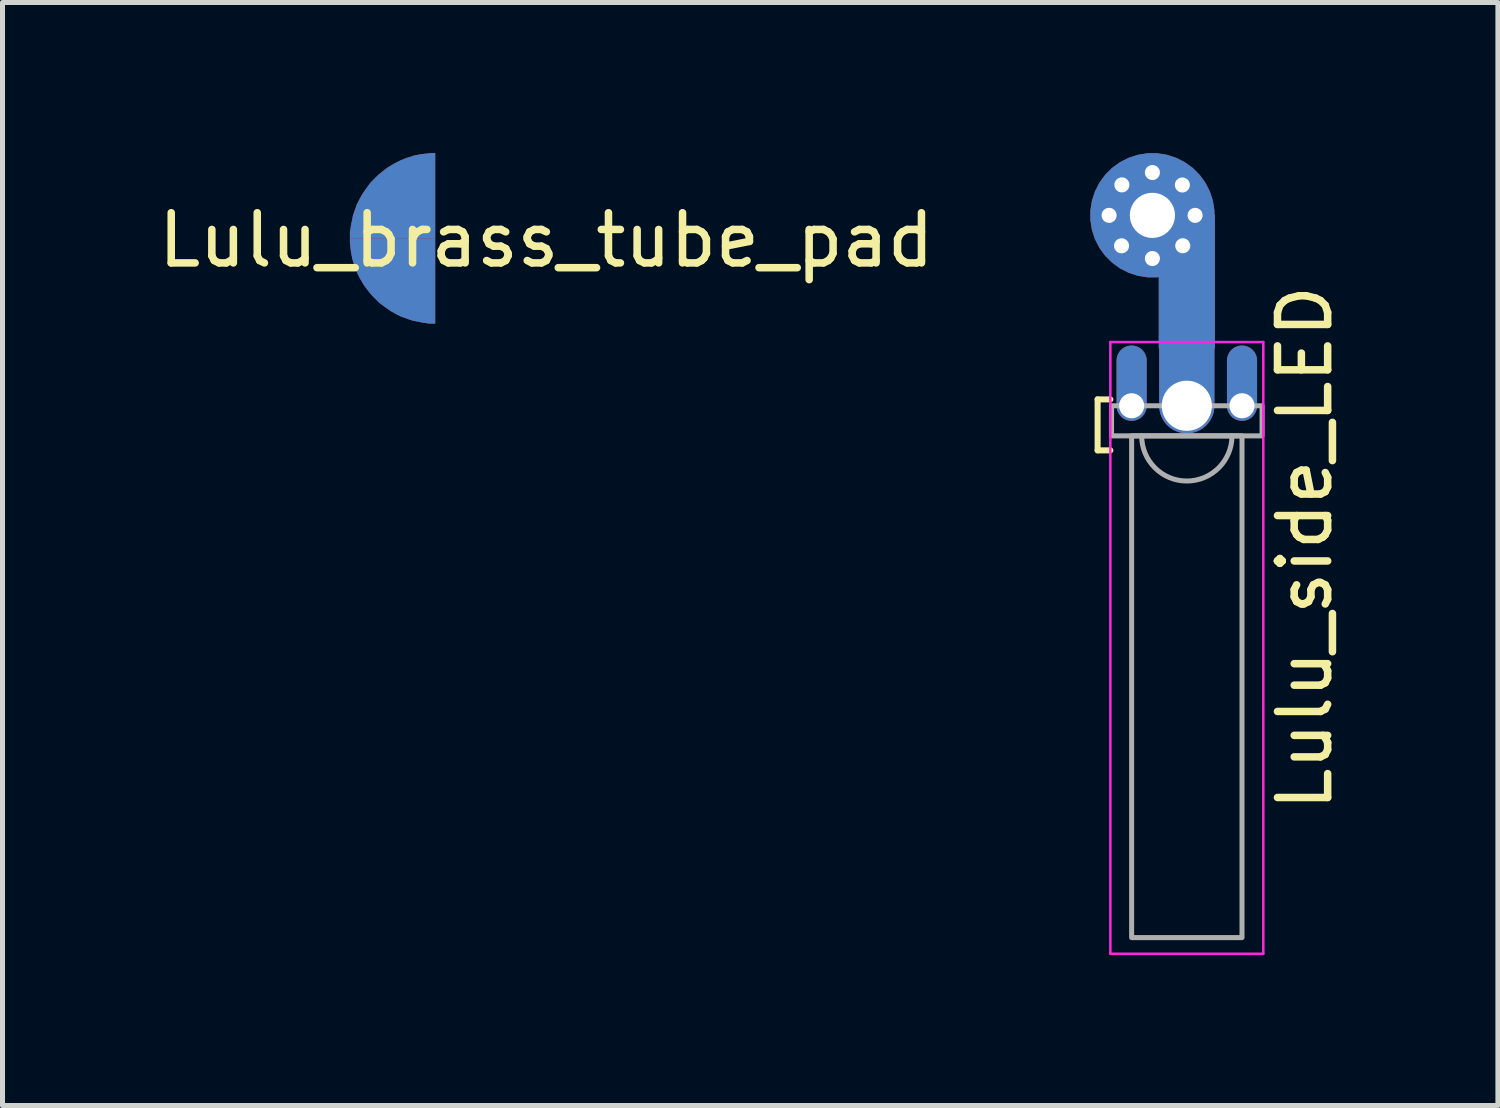
<source format=kicad_pcb>
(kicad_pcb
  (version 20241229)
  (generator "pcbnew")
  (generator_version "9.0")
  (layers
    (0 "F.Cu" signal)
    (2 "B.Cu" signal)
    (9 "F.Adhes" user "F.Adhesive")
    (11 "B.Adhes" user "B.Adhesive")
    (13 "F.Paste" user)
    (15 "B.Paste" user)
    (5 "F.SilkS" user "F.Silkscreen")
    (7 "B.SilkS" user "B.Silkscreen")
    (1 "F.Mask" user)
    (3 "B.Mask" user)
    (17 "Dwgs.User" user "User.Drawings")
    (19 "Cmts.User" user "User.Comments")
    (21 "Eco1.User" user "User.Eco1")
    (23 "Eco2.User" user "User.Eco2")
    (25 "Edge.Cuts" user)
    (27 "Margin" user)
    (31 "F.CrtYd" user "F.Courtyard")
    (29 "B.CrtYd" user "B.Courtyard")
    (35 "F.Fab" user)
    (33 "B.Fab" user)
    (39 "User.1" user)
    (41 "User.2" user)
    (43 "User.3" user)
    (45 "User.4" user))
  (footprint "Lulu_side_LED"
    (layer "F.Cu")
    (at 20.604 5.037)
    (property "Reference" "Lulu_side_LED" (at 2.352 2.831 90) (layer "F.SilkS") (effects (font (size 1 1) (thickness 0.15))))
    (attr smd)
    (fp_line (start -1.778 -0.127) (end -1.524 -0.127) (stroke (width 0.12) (type solid)) (layer "F.SilkS"))
    (fp_line (start -1.778 0.889) (end -1.778 -0.127) (stroke (width 0.12) (type solid)) (layer "F.SilkS"))
    (fp_line (start -1.524 0.889) (end -1.778 0.889) (stroke (width 0.12) (type solid)) (layer "F.SilkS"))
    (fp_line (start -1.524 -1.27) (end 1.524 -1.27) (stroke (width 0.05) (type solid)) (layer "F.CrtYd"))
    (fp_line (start -1.524 10.922) (end -1.524 -1.27) (stroke (width 0.05) (type solid)) (layer "F.CrtYd"))
    (fp_line (start 1.524 -1.27) (end 1.524 10.922) (stroke (width 0.05) (type solid)) (layer "F.CrtYd"))
    (fp_line (start 1.524 10.922) (end -1.524 10.922) (stroke (width 0.05) (type solid)) (layer "F.CrtYd"))
    (fp_arc (start 0.9 0.6) (mid 0 1.5) (end -0.9 0.6) (stroke (width 0.1) (type solid)) (layer "F.Fab"))
    (fp_poly (pts (xy -1.5 0) (xy 1.5 0) (xy 1.5 0.6) (xy -1.5 0.6)) (stroke (width 0.1) (type solid)) (fill no) (layer "F.Fab"))
    (fp_poly (pts (xy -1.1 0.6) (xy 1.1 0.6) (xy 1.1 10.6) (xy -1.1 10.6)) (stroke (width 0.1) (type solid)) (fill no) (layer "F.Fab"))
    (pad "" smd custom (at -0.686 -3.797) (size 2.48 2.48) (layers "B.Cu" "B.Mask") (options (anchor circle)) (primitives (gr_poly (pts (xy 1.245 2.652) (xy 1.245 -0.015) (xy 0.127 -0.015) (xy 0.127 2.652)) (width 0) (fill yes))))
    (pad "" smd custom (at -0.686 -3.795) (size 2.48 2.48) (layers "F.Cu" "F.Mask") (options (anchor circle)) (primitives (gr_poly (pts (xy 1.245 2.652) (xy 1.245 -0.015) (xy 0.127 -0.015) (xy 0.127 2.652)) (width 0) (fill yes))))
    (pad "1" thru_hole oval (at -1.1 0) (size 0.6 1.5) (drill 0.5 (offset 0 -0.45)) (layers "*.Cu" "*.Mask"))
    (pad "2" thru_hole oval (at 1.1 0) (size 0.6 1.5) (drill 0.5 (offset 0 -0.45)) (layers "*.Cu" "*.Mask"))
    (pad "3" thru_hole circle (at -1.549 -3.795) (size 0.4 0.4) (drill 0.3) (layers "*.Cu"))
    (pad "3" thru_hole circle (at -1.301 -3.188 45) (size 0.4 0.4) (drill 0.3) (layers "*.Cu"))
    (pad "3" thru_hole circle (at -1.294 -4.402 45) (size 0.4 0.4) (drill 0.3) (layers "*.Cu"))
    (pad "3" thru_hole circle (at -0.686 -3.795 90) (size 1 1) (drill 0.9) (layers "*.Cu"))
    (pad "3" thru_hole circle (at -0.686 -4.648) (size 0.4 0.4) (drill 0.3) (layers "*.Cu"))
    (pad "3" thru_hole circle (at -0.686 -2.934) (size 0.4 0.4) (drill 0.3) (layers "*.Cu"))
    (pad "3" thru_hole circle (at -0.089 -4.4 45) (size 0.4 0.4) (drill 0.3) (layers "*.Cu"))
    (pad "3" thru_hole circle (at -0.081 -3.189 45) (size 0.4 0.4) (drill 0.3) (layers "*.Cu"))
    (pad "3" thru_hole oval (at 0 0) (size 1.1 2.3) (drill 1 (offset 0 -0.6)) (layers "*.Cu" "*.Mask"))
    (pad "3" thru_hole circle (at 0.165 -3.795) (size 0.4 0.4) (drill 0.3) (layers "*.Cu")))
  (footprint "Lulu_brass_tube_pad"
    (layer "F.Cu")
    (at 5.597 1.735)
    (property "Reference" "Lulu_brass_tube_pad" (at 2.242 0 0) (layer "F.SilkS") (effects (font (size 1 1) (thickness 0.15))))
    (attr smd)
    (fp_poly (pts (xy -1.673 -0.095) (xy -1.673 -0.155) (xy -1.663 -0.215) (xy -1.653 -0.285) (xy -1.633 -0.385) (xy -1.613 -0.485) (xy -1.583 -0.575) (xy -1.533 -0.715) (xy -1.483 -0.815) (xy -1.433 -0.905) (xy -1.393 -0.965) (xy -1.343 -1.035) (xy -1.263 -1.145) (xy -1.223 -1.185) (xy -1.173 -1.235) (xy -1.113 -1.295) (xy -1.053 -1.345) (xy -1.013 -1.375) (xy -0.963 -1.415) (xy -0.923 -1.445) (xy -0.873 -1.475) (xy -0.823 -1.505) (xy -0.773 -1.535) (xy -0.713 -1.565) (xy -0.673 -1.585) (xy -0.623 -1.605) (xy -0.553 -1.635) (xy -0.483 -1.655) (xy -0.393 -1.685) (xy -0.343 -1.695) (xy -0.293 -1.705) (xy -0.233 -1.715) (xy -0.143 -1.725) (xy -0.053 -1.735) (xy 0.027 -1.735) (xy 0.027 -0.035) (xy -1.673 -0.035)) (stroke (width 0) (type solid)) (fill yes) (layer "F.Cu"))
    (fp_poly (pts (xy -0.033 1.665) (xy -0.093 1.665) (xy -0.153 1.655) (xy -0.223 1.645) (xy -0.323 1.625) (xy -0.423 1.605) (xy -0.513 1.575) (xy -0.653 1.525) (xy -0.753 1.475) (xy -0.843 1.425) (xy -0.903 1.385) (xy -0.973 1.335) (xy -1.083 1.255) (xy -1.123 1.215) (xy -1.173 1.165) (xy -1.233 1.105) (xy -1.283 1.045) (xy -1.313 1.005) (xy -1.353 0.955) (xy -1.383 0.915) (xy -1.413 0.865) (xy -1.443 0.815) (xy -1.473 0.765) (xy -1.503 0.705) (xy -1.523 0.665) (xy -1.543 0.615) (xy -1.573 0.545) (xy -1.593 0.475) (xy -1.623 0.385) (xy -1.633 0.335) (xy -1.643 0.285) (xy -1.653 0.225) (xy -1.663 0.135) (xy -1.673 0.045) (xy -1.673 -0.035) (xy 0.027 -0.035) (xy 0.027 1.665)) (stroke (width 0) (type solid)) (fill yes) (layer "F.Cu"))
    (fp_poly (pts (xy -1.673 -0.095) (xy -1.673 -0.155) (xy -1.663 -0.215) (xy -1.653 -0.285) (xy -1.633 -0.385) (xy -1.613 -0.485) (xy -1.583 -0.575) (xy -1.533 -0.715) (xy -1.483 -0.815) (xy -1.433 -0.905) (xy -1.393 -0.965) (xy -1.343 -1.035) (xy -1.263 -1.145) (xy -1.223 -1.185) (xy -1.173 -1.235) (xy -1.113 -1.295) (xy -1.053 -1.345) (xy -1.013 -1.375) (xy -0.963 -1.415) (xy -0.923 -1.445) (xy -0.873 -1.475) (xy -0.823 -1.505) (xy -0.773 -1.535) (xy -0.713 -1.565) (xy -0.673 -1.585) (xy -0.623 -1.605) (xy -0.553 -1.635) (xy -0.483 -1.655) (xy -0.393 -1.685) (xy -0.343 -1.695) (xy -0.293 -1.705) (xy -0.233 -1.715) (xy -0.143 -1.725) (xy -0.053 -1.735) (xy 0.027 -1.735) (xy 0.027 -0.035) (xy -1.673 -0.035)) (stroke (width 0) (type solid)) (fill yes) (layer "F.Mask"))
    (fp_poly (pts (xy -0.033 1.665) (xy -0.093 1.665) (xy -0.153 1.655) (xy -0.223 1.645) (xy -0.323 1.625) (xy -0.423 1.605) (xy -0.513 1.575) (xy -0.653 1.525) (xy -0.753 1.475) (xy -0.843 1.425) (xy -0.903 1.385) (xy -0.973 1.335) (xy -1.083 1.255) (xy -1.123 1.215) (xy -1.173 1.165) (xy -1.233 1.105) (xy -1.283 1.045) (xy -1.313 1.005) (xy -1.353 0.955) (xy -1.383 0.915) (xy -1.413 0.865) (xy -1.443 0.815) (xy -1.473 0.765) (xy -1.503 0.705) (xy -1.523 0.665) (xy -1.543 0.615) (xy -1.573 0.545) (xy -1.593 0.475) (xy -1.623 0.385) (xy -1.633 0.335) (xy -1.643 0.285) (xy -1.653 0.225) (xy -1.663 0.135) (xy -1.673 0.045) (xy -1.673 -0.035) (xy 0.027 -0.035) (xy 0.027 1.665)) (stroke (width 0) (type solid)) (fill yes) (layer "F.Mask"))
    (fp_poly (pts (xy -1.673 -0.095) (xy -1.673 -0.155) (xy -1.663 -0.215) (xy -1.653 -0.285) (xy -1.633 -0.385) (xy -1.613 -0.485) (xy -1.583 -0.575) (xy -1.533 -0.715) (xy -1.483 -0.815) (xy -1.433 -0.905) (xy -1.393 -0.965) (xy -1.343 -1.035) (xy -1.263 -1.145) (xy -1.223 -1.185) (xy -1.173 -1.235) (xy -1.113 -1.295) (xy -1.053 -1.345) (xy -1.013 -1.375) (xy -0.963 -1.415) (xy -0.923 -1.445) (xy -0.873 -1.475) (xy -0.823 -1.505) (xy -0.773 -1.535) (xy -0.713 -1.565) (xy -0.673 -1.585) (xy -0.623 -1.605) (xy -0.553 -1.635) (xy -0.483 -1.655) (xy -0.393 -1.685) (xy -0.343 -1.695) (xy -0.293 -1.705) (xy -0.233 -1.715) (xy -0.143 -1.725) (xy -0.053 -1.735) (xy 0.027 -1.735) (xy 0.027 -0.035) (xy -1.673 -0.035)) (stroke (width 0) (type solid)) (fill yes) (layer "B.Cu"))
    (fp_poly (pts (xy -0.033 1.665) (xy -0.093 1.665) (xy -0.153 1.655) (xy -0.223 1.645) (xy -0.323 1.625) (xy -0.423 1.605) (xy -0.513 1.575) (xy -0.653 1.525) (xy -0.753 1.475) (xy -0.843 1.425) (xy -0.903 1.385) (xy -0.973 1.335) (xy -1.083 1.255) (xy -1.123 1.215) (xy -1.173 1.165) (xy -1.233 1.105) (xy -1.283 1.045) (xy -1.313 1.005) (xy -1.353 0.955) (xy -1.383 0.915) (xy -1.413 0.865) (xy -1.443 0.815) (xy -1.473 0.765) (xy -1.503 0.705) (xy -1.523 0.665) (xy -1.543 0.615) (xy -1.573 0.545) (xy -1.593 0.475) (xy -1.623 0.385) (xy -1.633 0.335) (xy -1.643 0.285) (xy -1.653 0.225) (xy -1.663 0.135) (xy -1.673 0.045) (xy -1.673 -0.035) (xy 0.027 -0.035) (xy 0.027 1.665)) (stroke (width 0) (type solid)) (fill yes) (layer "B.Cu"))
    (fp_poly (pts (xy -1.673 -0.095) (xy -1.673 -0.155) (xy -1.663 -0.215) (xy -1.653 -0.285) (xy -1.633 -0.385) (xy -1.613 -0.485) (xy -1.583 -0.575) (xy -1.533 -0.715) (xy -1.483 -0.815) (xy -1.433 -0.905) (xy -1.393 -0.965) (xy -1.343 -1.035) (xy -1.263 -1.145) (xy -1.223 -1.185) (xy -1.173 -1.235) (xy -1.113 -1.295) (xy -1.053 -1.345) (xy -1.013 -1.375) (xy -0.963 -1.415) (xy -0.923 -1.445) (xy -0.873 -1.475) (xy -0.823 -1.505) (xy -0.773 -1.535) (xy -0.713 -1.565) (xy -0.673 -1.585) (xy -0.623 -1.605) (xy -0.553 -1.635) (xy -0.483 -1.655) (xy -0.393 -1.685) (xy -0.343 -1.695) (xy -0.293 -1.705) (xy -0.233 -1.715) (xy -0.143 -1.725) (xy -0.053 -1.735) (xy 0.027 -1.735) (xy 0.027 -0.035) (xy -1.673 -0.035)) (stroke (width 0) (type solid)) (fill yes) (layer "B.Mask"))
    (fp_poly (pts (xy -0.033 1.665) (xy -0.093 1.665) (xy -0.153 1.655) (xy -0.223 1.645) (xy -0.323 1.625) (xy -0.423 1.605) (xy -0.513 1.575) (xy -0.653 1.525) (xy -0.753 1.475) (xy -0.843 1.425) (xy -0.903 1.385) (xy -0.973 1.335) (xy -1.083 1.255) (xy -1.123 1.215) (xy -1.173 1.165) (xy -1.233 1.105) (xy -1.283 1.045) (xy -1.313 1.005) (xy -1.353 0.955) (xy -1.383 0.915) (xy -1.413 0.865) (xy -1.443 0.815) (xy -1.473 0.765) (xy -1.503 0.705) (xy -1.523 0.665) (xy -1.543 0.615) (xy -1.573 0.545) (xy -1.593 0.475) (xy -1.623 0.385) (xy -1.633 0.335) (xy -1.643 0.285) (xy -1.653 0.225) (xy -1.663 0.135) (xy -1.673 0.045) (xy -1.673 -0.035) (xy 0.027 -0.035) (xy 0.027 1.665)) (stroke (width 0) (type solid)) (fill yes) (layer "B.Mask")))
  (gr_rect
    (start -3 -3)
    (end 26.804 18.984)
    (stroke (width 0.1) (type default))
    (fill no)
    (layer "Edge.Cuts")))
</source>
